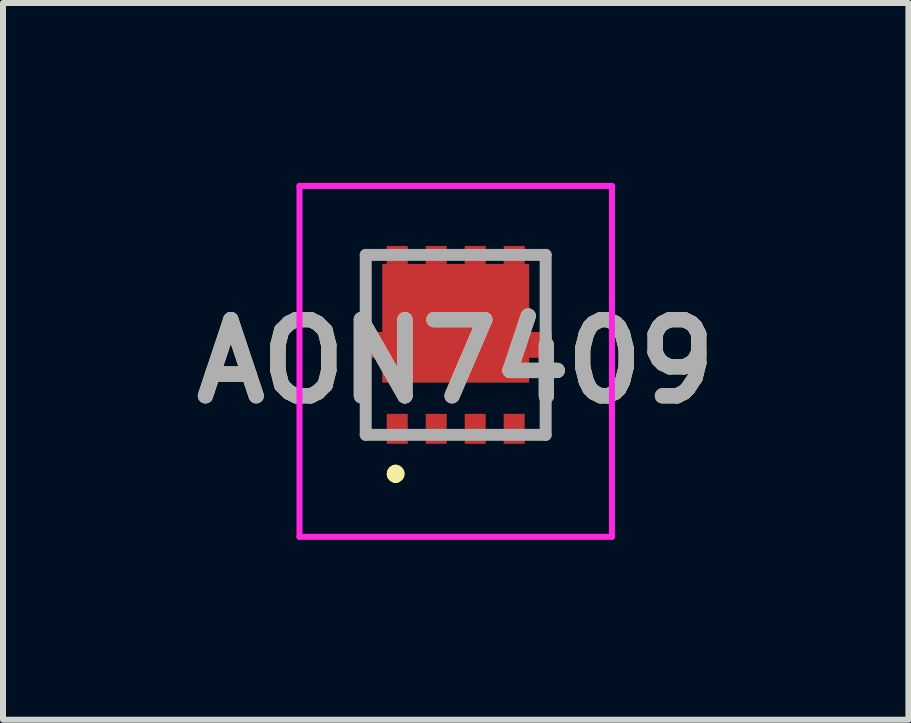
<source format=kicad_pcb>
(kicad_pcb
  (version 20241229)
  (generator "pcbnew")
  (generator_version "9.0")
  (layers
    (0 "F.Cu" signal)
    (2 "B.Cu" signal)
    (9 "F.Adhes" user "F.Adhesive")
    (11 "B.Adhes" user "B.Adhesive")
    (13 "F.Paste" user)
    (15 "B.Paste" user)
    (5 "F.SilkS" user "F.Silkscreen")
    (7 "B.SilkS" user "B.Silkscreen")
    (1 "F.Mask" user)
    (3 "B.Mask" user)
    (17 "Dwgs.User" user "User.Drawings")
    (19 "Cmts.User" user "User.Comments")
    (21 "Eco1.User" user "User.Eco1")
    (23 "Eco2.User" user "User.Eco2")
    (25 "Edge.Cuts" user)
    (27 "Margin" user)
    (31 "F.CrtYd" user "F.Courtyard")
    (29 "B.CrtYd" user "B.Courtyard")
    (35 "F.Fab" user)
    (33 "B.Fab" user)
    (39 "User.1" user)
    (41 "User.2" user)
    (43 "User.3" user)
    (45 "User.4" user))
  (footprint "AON7409"
    (layer "F.Cu")
    (at 4.548 2.7)
    (property "Reference" "AON7409" (at 0 0.275 0) (layer "F.SilkS") (effects (font (size 1.27 1.27) (thickness 0.254))))
    (attr smd)
    (fp_line (start -1.5 -1.5) (end -1.5 -1.5) (stroke (width 0.1) (type solid)) (layer "F.SilkS"))
    (fp_line (start -1.5 -1.5) (end -1.5 -0.5) (stroke (width 0.1) (type solid)) (layer "F.SilkS"))
    (fp_line (start -1.5 -0.5) (end -1.5 -1.5) (stroke (width 0.1) (type solid)) (layer "F.SilkS"))
    (fp_line (start -1.5 -0.5) (end -1.5 -0.5) (stroke (width 0.1) (type solid)) (layer "F.SilkS"))
    (fp_line (start -1.5 0.5) (end -1.5 0.5) (stroke (width 0.1) (type solid)) (layer "F.SilkS"))
    (fp_line (start -1.5 0.5) (end -1.5 1.5) (stroke (width 0.1) (type solid)) (layer "F.SilkS"))
    (fp_line (start -1.5 1.5) (end -1.5 0.5) (stroke (width 0.1) (type solid)) (layer "F.SilkS"))
    (fp_line (start -1.5 1.5) (end -1.5 1.5) (stroke (width 0.1) (type solid)) (layer "F.SilkS"))
    (fp_line (start -1 2.1) (end -1 2.1) (stroke (width 0.2) (type solid)) (layer "F.SilkS"))
    (fp_line (start -1 2.1) (end -1 2.1) (stroke (width 0.2) (type solid)) (layer "F.SilkS"))
    (fp_line (start -1 2.2) (end -1 2.2) (stroke (width 0.2) (type solid)) (layer "F.SilkS"))
    (fp_line (start 1.5 -1.5) (end 1.5 -1.5) (stroke (width 0.1) (type solid)) (layer "F.SilkS"))
    (fp_line (start 1.5 -1.5) (end 1.5 -0.5) (stroke (width 0.1) (type solid)) (layer "F.SilkS"))
    (fp_line (start 1.5 -0.5) (end 1.5 -1.5) (stroke (width 0.1) (type solid)) (layer "F.SilkS"))
    (fp_line (start 1.5 -0.5) (end 1.5 -0.5) (stroke (width 0.1) (type solid)) (layer "F.SilkS"))
    (fp_line (start 1.5 0.5) (end 1.5 0.5) (stroke (width 0.1) (type solid)) (layer "F.SilkS"))
    (fp_line (start 1.5 0.5) (end 1.5 1.5) (stroke (width 0.1) (type solid)) (layer "F.SilkS"))
    (fp_line (start 1.5 1.5) (end 1.5 0.5) (stroke (width 0.1) (type solid)) (layer "F.SilkS"))
    (fp_line (start 1.5 1.5) (end 1.5 1.5) (stroke (width 0.1) (type solid)) (layer "F.SilkS"))
    (fp_arc (start -1 2.1) (mid -0.95 2.15) (end -1 2.2) (stroke (width 0.2) (type solid)) (layer "F.SilkS"))
    (fp_arc (start -1 2.2) (mid -1.05 2.15) (end -1 2.1) (stroke (width 0.2) (type solid)) (layer "F.SilkS"))
    (fp_arc (start -1 2.2) (mid -1.05 2.15) (end -1 2.1) (stroke (width 0.2) (type solid)) (layer "F.SilkS"))
    (fp_line (start -2.605 -2.65) (end 2.605 -2.65) (stroke (width 0.1) (type solid)) (layer "F.CrtYd"))
    (fp_line (start -2.605 3.2) (end -2.605 -2.65) (stroke (width 0.1) (type solid)) (layer "F.CrtYd"))
    (fp_line (start 2.605 -2.65) (end 2.605 3.2) (stroke (width 0.1) (type solid)) (layer "F.CrtYd"))
    (fp_line (start 2.605 3.2) (end -2.605 3.2) (stroke (width 0.1) (type solid)) (layer "F.CrtYd"))
    (fp_line (start -1.5 -1.5) (end -1.5 1.5) (stroke (width 0.2) (type solid)) (layer "F.Fab"))
    (fp_line (start -1.5 1.5) (end 1.5 1.5) (stroke (width 0.2) (type solid)) (layer "F.Fab"))
    (fp_line (start 1.5 -1.5) (end -1.5 -1.5) (stroke (width 0.2) (type solid)) (layer "F.Fab"))
    (fp_line (start 1.5 1.5) (end 1.5 -1.5) (stroke (width 0.2) (type solid)) (layer "F.Fab"))
    (fp_text user "${REFERENCE}" (at 0 0.275 0) (layer "F.Fab") (effects (font (size 1.27 1.27) (thickness 0.254))))
    (pad "1" smd rect (at -0.975 1.4) (size 0.35 0.5) (layers "F.Cu" "F.Mask" "F.Paste"))
    (pad "2" smd rect (at -0.325 1.4) (size 0.35 0.5) (layers "F.Cu" "F.Mask" "F.Paste"))
    (pad "3" smd rect (at 0.325 1.4) (size 0.35 0.5) (layers "F.Cu" "F.Mask" "F.Paste"))
    (pad "4" smd rect (at 0.975 1.4) (size 0.35 0.5) (layers "F.Cu" "F.Mask" "F.Paste"))
    (pad "5" smd rect (at 0.975 -1.5 90) (size 0.3 0.35) (layers "F.Cu" "F.Mask" "F.Paste"))
    (pad "6" smd rect (at 0.325 -1.5 90) (size 0.3 0.35) (layers "F.Cu" "F.Mask" "F.Paste"))
    (pad "7" smd rect (at -0.325 -1.5 90) (size 0.3 0.35) (layers "F.Cu" "F.Mask" "F.Paste"))
    (pad "8" smd rect (at -0.975 -1.5 90) (size 0.3 0.35) (layers "F.Cu" "F.Mask" "F.Paste"))
    (pad "9" smd rect (at 0 -0.36 90) (size 1.98 2.45) (layers "F.Cu" "F.Mask" "F.Paste"))
    (pad "10" smd rect (at 1.415 0) (size 0.38 0.43) (layers "F.Cu" "F.Mask" "F.Paste"))
    (pad "11" smd rect (at -1.415 0) (size 0.38 0.43) (layers "F.Cu" "F.Mask" "F.Paste")))
  (gr_rect
    (start -3 -3)
    (end 12.096 8.95)
    (stroke (width 0.1) (type default))
    (fill no)
    (layer "Edge.Cuts")))
</source>
